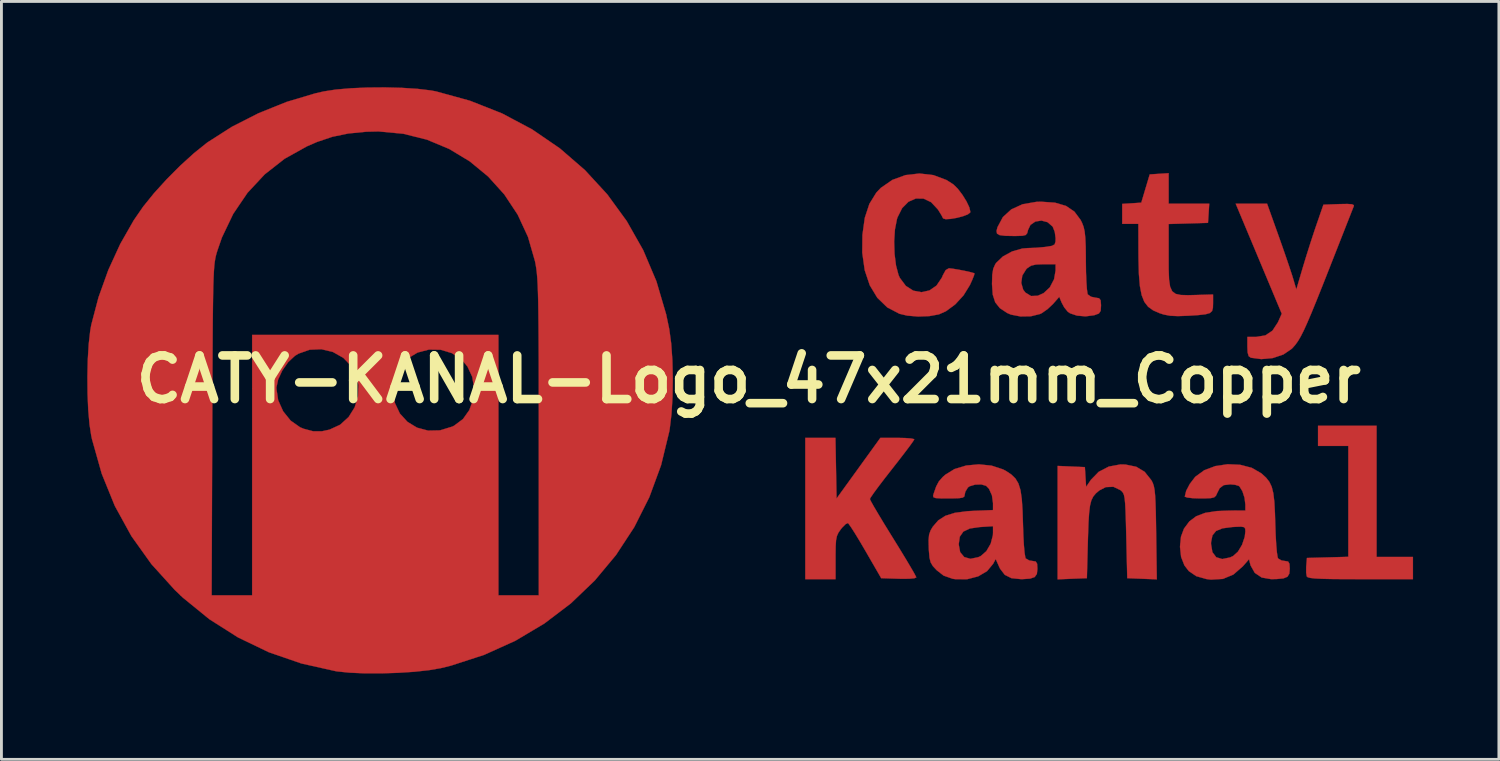
<source format=kicad_pcb>
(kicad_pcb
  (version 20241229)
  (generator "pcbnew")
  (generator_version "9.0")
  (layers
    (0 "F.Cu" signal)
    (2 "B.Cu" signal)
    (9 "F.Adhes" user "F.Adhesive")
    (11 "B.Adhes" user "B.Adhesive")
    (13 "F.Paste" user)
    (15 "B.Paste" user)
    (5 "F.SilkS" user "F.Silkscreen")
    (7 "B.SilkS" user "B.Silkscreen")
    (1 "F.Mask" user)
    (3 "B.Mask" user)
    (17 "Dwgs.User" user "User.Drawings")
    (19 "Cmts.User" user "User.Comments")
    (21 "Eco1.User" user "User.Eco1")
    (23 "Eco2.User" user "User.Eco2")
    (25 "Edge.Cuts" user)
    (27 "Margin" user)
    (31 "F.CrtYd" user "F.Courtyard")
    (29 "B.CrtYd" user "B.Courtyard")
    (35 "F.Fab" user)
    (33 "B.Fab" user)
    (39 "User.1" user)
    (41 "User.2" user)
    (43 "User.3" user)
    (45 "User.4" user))
  (footprint "CATY-KANAL-Logo_47x21mm_Copper"
    (layer "F.Cu")
    (at 23.119 10.207)
    (property "Reference" "CATY-KANAL-Logo_47x21mm_Copper" (at 0 0 0) (layer "F.SilkS") (effects (font (size 1.524 1.524) (thickness 0.3))))
    (attr through_hole)
    (fp_poly (pts (xy 21.943 6.209) (xy 23.213 6.209) (xy 23.213 6.985) (xy 21.376 6.985) (xy 20.803 6.984) (xy 20.357 6.98) (xy 20.022 6.972) (xy 19.784 6.96) (xy 19.628 6.942) (xy 19.539 6.919) (xy 19.502 6.888) (xy 19.502 6.887) (xy 19.482 6.755) (xy 19.483 6.557) (xy 19.486 6.516) (xy 19.509 6.244) (xy 20.232 6.224) (xy 20.955 6.204) (xy 20.955 2.328) (xy 19.897 2.328) (xy 19.897 1.623) (xy 21.943 1.623) (xy 21.943 6.209)) (stroke (width 0.01) (type solid)) (fill yes) (layer "F.Cu"))
    (fp_poly (pts (xy 14.676 -6.138) (xy 16.094 -6.138) (xy 16.073 -5.803) (xy 16.051 -5.468) (xy 15.363 -5.448) (xy 14.676 -5.428) (xy 14.676 -4.312) (xy 14.677 -3.837) (xy 14.69 -3.485) (xy 14.727 -3.237) (xy 14.8 -3.077) (xy 14.92 -2.986) (xy 15.101 -2.947) (xy 15.355 -2.94) (xy 15.601 -2.946) (xy 16.228 -2.964) (xy 16.228 -2.654) (xy 16.223 -2.495) (xy 16.193 -2.386) (xy 16.115 -2.316) (xy 15.965 -2.273) (xy 15.72 -2.245) (xy 15.361 -2.222) (xy 15 -2.209) (xy 14.731 -2.221) (xy 14.509 -2.263) (xy 14.364 -2.309) (xy 14.135 -2.409) (xy 13.958 -2.536) (xy 13.825 -2.708) (xy 13.732 -2.943) (xy 13.671 -3.258) (xy 13.636 -3.672) (xy 13.622 -4.202) (xy 13.62 -4.427) (xy 13.617 -5.433) (xy 13.053 -5.433) (xy 13.053 -6.131) (xy 13.386 -6.152) (xy 13.719 -6.174) (xy 14.014 -7.161) (xy 14.345 -7.183) (xy 14.676 -7.204) (xy 14.676 -6.138)) (stroke (width 0.01) (type solid)) (fill yes) (layer "F.Cu"))
    (fp_poly (pts (xy 13.166 2.979) (xy 13.545 3.057) (xy 13.836 3.232) (xy 14.067 3.521) (xy 14.076 3.535) (xy 14.122 3.624) (xy 14.157 3.728) (xy 14.184 3.867) (xy 14.203 4.06) (xy 14.217 4.327) (xy 14.228 4.688) (xy 14.236 5.162) (xy 14.239 5.383) (xy 14.262 6.991) (xy 13.745 6.971) (xy 13.229 6.95) (xy 13.194 5.479) (xy 13.182 4.988) (xy 13.17 4.618) (xy 13.156 4.351) (xy 13.138 4.166) (xy 13.114 4.044) (xy 13.08 3.965) (xy 13.034 3.91) (xy 12.992 3.874) (xy 12.744 3.756) (xy 12.477 3.768) (xy 12.25 3.886) (xy 12.13 3.989) (xy 12.04 4.097) (xy 11.973 4.233) (xy 11.927 4.416) (xy 11.896 4.67) (xy 11.874 5.014) (xy 11.858 5.472) (xy 11.853 5.644) (xy 11.818 6.95) (xy 11.307 6.97) (xy 10.795 6.991) (xy 10.795 3.027) (xy 11.271 3.048) (xy 11.748 3.069) (xy 11.769 3.414) (xy 11.791 3.76) (xy 11.961 3.51) (xy 12.231 3.233) (xy 12.585 3.05) (xy 12.991 2.975) (xy 13.166 2.979)) (stroke (width 0.01) (type solid)) (fill yes) (layer "F.Cu"))
    (fp_poly (pts (xy 18.513 -5.027) (xy 18.656 -4.622) (xy 18.791 -4.232) (xy 18.907 -3.889) (xy 18.993 -3.628) (xy 19.024 -3.528) (xy 19.138 -3.14) (xy 19.367 -3.916) (xy 19.492 -4.327) (xy 19.637 -4.784) (xy 19.778 -5.213) (xy 19.841 -5.397) (xy 20.085 -6.103) (xy 20.635 -6.124) (xy 20.918 -6.129) (xy 21.082 -6.118) (xy 21.148 -6.087) (xy 21.147 -6.053) (xy 21.113 -5.967) (xy 21.034 -5.766) (xy 20.916 -5.467) (xy 20.767 -5.088) (xy 20.593 -4.645) (xy 20.4 -4.155) (xy 20.321 -3.954) (xy 20.062 -3.297) (xy 19.846 -2.758) (xy 19.668 -2.323) (xy 19.521 -1.978) (xy 19.399 -1.709) (xy 19.294 -1.502) (xy 19.201 -1.343) (xy 19.113 -1.219) (xy 19.024 -1.115) (xy 18.98 -1.069) (xy 18.689 -0.869) (xy 18.319 -0.744) (xy 17.913 -0.706) (xy 17.551 -0.754) (xy 17.473 -0.808) (xy 17.436 -0.938) (xy 17.427 -1.134) (xy 17.427 -1.482) (xy 17.735 -1.482) (xy 18.055 -1.535) (xy 18.304 -1.701) (xy 18.494 -1.991) (xy 18.509 -2.023) (xy 18.629 -2.293) (xy 17.824 -4.216) (xy 17.019 -6.138) (xy 18.116 -6.138) (xy 18.513 -5.027)) (stroke (width 0.01) (type solid)) (fill yes) (layer "F.Cu"))
    (fp_poly (pts (xy 3.05 3.106) (xy 3.069 4.166) (xy 3.835 3.106) (xy 4.601 2.046) (xy 5.193 2.046) (xy 5.462 2.052) (xy 5.667 2.067) (xy 5.776 2.09) (xy 5.785 2.099) (xy 5.743 2.169) (xy 5.627 2.33) (xy 5.451 2.564) (xy 5.229 2.852) (xy 5.009 3.133) (xy 4.758 3.454) (xy 4.541 3.739) (xy 4.372 3.968) (xy 4.265 4.124) (xy 4.233 4.183) (xy 4.269 4.261) (xy 4.369 4.44) (xy 4.523 4.701) (xy 4.719 5.027) (xy 4.948 5.399) (xy 5.045 5.555) (xy 5.283 5.94) (xy 5.493 6.286) (xy 5.665 6.575) (xy 5.788 6.788) (xy 5.85 6.907) (xy 5.856 6.924) (xy 5.79 6.953) (xy 5.613 6.97) (xy 5.352 6.973) (xy 5.242 6.97) (xy 4.629 6.95) (xy 4.079 5.998) (xy 3.886 5.669) (xy 3.715 5.387) (xy 3.577 5.172) (xy 3.488 5.047) (xy 3.465 5.024) (xy 3.386 5.061) (xy 3.266 5.181) (xy 3.217 5.242) (xy 3.135 5.359) (xy 3.082 5.476) (xy 3.051 5.626) (xy 3.038 5.843) (xy 3.034 6.16) (xy 3.034 6.233) (xy 3.034 6.985) (xy 1.976 6.985) (xy 1.976 2.046) (xy 3.03 2.046) (xy 3.05 3.106)) (stroke (width 0.01) (type solid)) (fill yes) (layer "F.Cu"))
    (fp_poly (pts (xy 6.454 -7.137) (xy 6.91 -6.966) (xy 7.151 -6.812) (xy 7.307 -6.659) (xy 7.466 -6.45) (xy 7.608 -6.222) (xy 7.708 -6.012) (xy 7.744 -5.859) (xy 7.739 -5.828) (xy 7.656 -5.764) (xy 7.486 -5.699) (xy 7.272 -5.643) (xy 7.056 -5.606) (xy 6.882 -5.596) (xy 6.793 -5.623) (xy 6.79 -5.629) (xy 6.736 -5.735) (xy 6.635 -5.899) (xy 6.607 -5.941) (xy 6.373 -6.191) (xy 6.11 -6.315) (xy 5.839 -6.319) (xy 5.582 -6.206) (xy 5.361 -5.983) (xy 5.197 -5.655) (xy 5.179 -5.595) (xy 5.109 -5.236) (xy 5.082 -4.817) (xy 5.096 -4.383) (xy 5.147 -3.979) (xy 5.234 -3.649) (xy 5.279 -3.547) (xy 5.49 -3.265) (xy 5.751 -3.098) (xy 6.034 -3.045) (xy 6.313 -3.105) (xy 6.561 -3.275) (xy 6.75 -3.554) (xy 6.784 -3.637) (xy 6.883 -3.817) (xy 6.996 -3.881) (xy 7.121 -3.867) (xy 7.318 -3.835) (xy 7.541 -3.792) (xy 7.74 -3.748) (xy 7.868 -3.713) (xy 7.89 -3.702) (xy 7.874 -3.633) (xy 7.811 -3.474) (xy 7.727 -3.29) (xy 7.506 -2.933) (xy 7.216 -2.618) (xy 6.892 -2.379) (xy 6.646 -2.27) (xy 6.311 -2.209) (xy 5.919 -2.194) (xy 5.538 -2.226) (xy 5.265 -2.291) (xy 4.84 -2.514) (xy 4.494 -2.849) (xy 4.23 -3.285) (xy 4.053 -3.814) (xy 3.967 -4.426) (xy 3.973 -5.047) (xy 4.056 -5.645) (xy 4.217 -6.133) (xy 4.459 -6.525) (xy 4.617 -6.691) (xy 5.018 -6.969) (xy 5.477 -7.137) (xy 5.966 -7.193) (xy 6.454 -7.137)) (stroke (width 0.01) (type solid)) (fill yes) (layer "F.Cu"))
    (fp_poly (pts (xy 17.175 2.988) (xy 17.579 3.093) (xy 17.913 3.285) (xy 17.921 3.292) (xy 18.079 3.436) (xy 18.195 3.583) (xy 18.278 3.757) (xy 18.334 3.982) (xy 18.37 4.282) (xy 18.391 4.682) (xy 18.402 5.045) (xy 18.416 5.434) (xy 18.435 5.777) (xy 18.459 6.047) (xy 18.485 6.218) (xy 18.501 6.262) (xy 18.624 6.332) (xy 18.741 6.35) (xy 18.851 6.368) (xy 18.898 6.447) (xy 18.909 6.624) (xy 18.893 6.793) (xy 18.828 6.9) (xy 18.688 6.958) (xy 18.447 6.981) (xy 18.253 6.984) (xy 17.929 6.928) (xy 17.686 6.765) (xy 17.54 6.506) (xy 17.529 6.467) (xy 17.485 6.289) (xy 17.27 6.534) (xy 16.941 6.822) (xy 16.573 6.976) (xy 16.152 7.001) (xy 15.996 6.981) (xy 15.64 6.88) (xy 15.38 6.702) (xy 15.226 6.503) (xy 15.111 6.208) (xy 15.072 5.854) (xy 15.081 5.756) (xy 16.157 5.756) (xy 16.205 6.041) (xy 16.339 6.219) (xy 16.548 6.282) (xy 16.82 6.226) (xy 16.928 6.176) (xy 17.097 6.025) (xy 17.241 5.785) (xy 17.335 5.507) (xy 17.357 5.317) (xy 17.351 5.219) (xy 17.311 5.167) (xy 17.206 5.15) (xy 17.003 5.157) (xy 16.902 5.163) (xy 16.558 5.208) (xy 16.333 5.3) (xy 16.206 5.455) (xy 16.159 5.688) (xy 16.157 5.756) (xy 15.081 5.756) (xy 15.107 5.499) (xy 15.211 5.22) (xy 15.399 4.967) (xy 15.639 4.786) (xy 15.951 4.668) (xy 16.357 4.605) (xy 16.81 4.588) (xy 17.357 4.586) (xy 17.357 4.379) (xy 17.328 4.14) (xy 17.254 3.912) (xy 17.156 3.752) (xy 17.123 3.724) (xy 16.995 3.686) (xy 16.828 3.671) (xy 16.6 3.699) (xy 16.46 3.803) (xy 16.375 3.97) (xy 16.33 4.068) (xy 16.266 4.126) (xy 16.148 4.153) (xy 15.943 4.162) (xy 15.771 4.163) (xy 15.518 4.155) (xy 15.33 4.133) (xy 15.242 4.103) (xy 15.24 4.097) (xy 15.289 3.896) (xy 15.416 3.655) (xy 15.594 3.422) (xy 15.613 3.402) (xy 15.921 3.177) (xy 16.309 3.032) (xy 16.739 2.968) (xy 17.175 2.988)) (stroke (width 0.01) (type solid)) (fill yes) (layer "F.Cu"))
    (fp_poly (pts (xy 8.486 3.017) (xy 8.888 3.149) (xy 8.987 3.201) (xy 9.178 3.328) (xy 9.322 3.468) (xy 9.426 3.643) (xy 9.498 3.875) (xy 9.543 4.186) (xy 9.57 4.598) (xy 9.584 5.045) (xy 9.597 5.445) (xy 9.616 5.792) (xy 9.64 6.06) (xy 9.667 6.224) (xy 9.681 6.262) (xy 9.805 6.332) (xy 9.922 6.35) (xy 10.031 6.368) (xy 10.079 6.447) (xy 10.089 6.624) (xy 10.07 6.803) (xy 9.994 6.911) (xy 9.834 6.966) (xy 9.566 6.984) (xy 9.512 6.984) (xy 9.182 6.95) (xy 8.948 6.833) (xy 8.785 6.62) (xy 8.757 6.563) (xy 8.631 6.281) (xy 8.541 6.449) (xy 8.328 6.705) (xy 8.018 6.887) (xy 7.641 6.985) (xy 7.227 6.986) (xy 7.128 6.972) (xy 6.811 6.861) (xy 6.565 6.669) (xy 6.435 6.528) (xy 6.358 6.398) (xy 6.317 6.234) (xy 6.296 5.987) (xy 6.292 5.909) (xy 6.289 5.77) (xy 7.338 5.77) (xy 7.389 6.041) (xy 7.531 6.212) (xy 7.747 6.274) (xy 8.018 6.218) (xy 8.108 6.177) (xy 8.305 6.006) (xy 8.456 5.746) (xy 8.533 5.449) (xy 8.537 5.361) (xy 8.537 5.134) (xy 8.069 5.164) (xy 7.726 5.214) (xy 7.5 5.322) (xy 7.376 5.501) (xy 7.338 5.765) (xy 7.338 5.77) (xy 6.289 5.77) (xy 6.285 5.624) (xy 6.303 5.43) (xy 6.356 5.28) (xy 6.433 5.151) (xy 6.626 4.928) (xy 6.874 4.77) (xy 7.202 4.667) (xy 7.634 4.61) (xy 7.849 4.598) (xy 8.537 4.57) (xy 8.537 4.326) (xy 8.499 4.054) (xy 8.397 3.827) (xy 8.297 3.723) (xy 8.129 3.674) (xy 7.912 3.681) (xy 7.72 3.738) (xy 7.66 3.78) (xy 7.569 3.93) (xy 7.549 4.027) (xy 7.536 4.094) (xy 7.479 4.135) (xy 7.348 4.155) (xy 7.117 4.162) (xy 6.98 4.163) (xy 6.7 4.161) (xy 6.534 4.151) (xy 6.457 4.123) (xy 6.443 4.071) (xy 6.46 4.004) (xy 6.551 3.745) (xy 6.645 3.568) (xy 6.778 3.417) (xy 6.865 3.338) (xy 7.192 3.136) (xy 7.599 3.013) (xy 8.043 2.972) (xy 8.486 3.017)) (stroke (width 0.01) (type solid)) (fill yes) (layer "F.Cu"))
    (fp_poly (pts (xy 10.705 -6.173) (xy 11.089 -6.06) (xy 11.382 -5.861) (xy 11.6 -5.568) (xy 11.65 -5.468) (xy 11.703 -5.329) (xy 11.74 -5.164) (xy 11.763 -4.944) (xy 11.777 -4.643) (xy 11.782 -4.233) (xy 11.782 -4.128) (xy 11.787 -3.749) (xy 11.8 -3.416) (xy 11.818 -3.156) (xy 11.84 -2.997) (xy 11.85 -2.966) (xy 11.964 -2.886) (xy 12.114 -2.854) (xy 12.243 -2.834) (xy 12.299 -2.762) (xy 12.312 -2.596) (xy 12.312 -2.574) (xy 12.3 -2.393) (xy 12.238 -2.3) (xy 12.087 -2.244) (xy 12.065 -2.238) (xy 11.77 -2.2) (xy 11.473 -2.226) (xy 11.23 -2.307) (xy 11.149 -2.363) (xy 11.025 -2.516) (xy 10.936 -2.681) (xy 10.853 -2.883) (xy 10.631 -2.63) (xy 10.443 -2.453) (xy 10.241 -2.312) (xy 10.181 -2.283) (xy 9.859 -2.203) (xy 9.498 -2.197) (xy 9.163 -2.262) (xy 9.032 -2.318) (xy 8.776 -2.488) (xy 8.614 -2.691) (xy 8.528 -2.959) (xy 8.502 -3.327) (xy 8.502 -3.351) (xy 8.503 -3.371) (xy 9.524 -3.371) (xy 9.592 -3.132) (xy 9.666 -3.034) (xy 9.867 -2.911) (xy 10.1 -2.92) (xy 10.307 -3.013) (xy 10.523 -3.214) (xy 10.671 -3.498) (xy 10.724 -3.803) (xy 10.724 -4.022) (xy 10.298 -4.022) (xy 10.039 -4.012) (xy 9.871 -3.973) (xy 9.743 -3.891) (xy 9.698 -3.848) (xy 9.561 -3.627) (xy 9.524 -3.371) (xy 8.503 -3.371) (xy 8.511 -3.656) (xy 8.545 -3.864) (xy 8.613 -4.018) (xy 8.647 -4.069) (xy 8.884 -4.295) (xy 9.207 -4.47) (xy 9.562 -4.571) (xy 9.742 -4.586) (xy 10.034 -4.597) (xy 10.34 -4.624) (xy 10.397 -4.631) (xy 10.596 -4.664) (xy 10.691 -4.715) (xy 10.722 -4.817) (xy 10.724 -4.933) (xy 10.696 -5.15) (xy 10.626 -5.329) (xy 10.62 -5.338) (xy 10.445 -5.491) (xy 10.23 -5.548) (xy 10.017 -5.514) (xy 9.845 -5.396) (xy 9.762 -5.222) (xy 9.732 -5.106) (xy 9.678 -5.043) (xy 9.564 -5.016) (xy 9.355 -5.01) (xy 9.275 -5.009) (xy 8.963 -5.015) (xy 8.771 -5.039) (xy 8.677 -5.092) (xy 8.66 -5.186) (xy 8.693 -5.315) (xy 8.882 -5.67) (xy 9.178 -5.94) (xy 9.571 -6.119) (xy 10.052 -6.202) (xy 10.215 -6.207) (xy 10.705 -6.173)) (stroke (width 0.01) (type solid)) (fill yes) (layer "F.Cu"))
    (fp_poly (pts (xy -12.127 -10.187) (xy -11.579 -10.152) (xy -11.117 -10.097) (xy -10.936 -10.064) (xy -9.744 -9.736) (xy -8.62 -9.292) (xy -7.572 -8.735) (xy -6.606 -8.074) (xy -5.728 -7.315) (xy -4.945 -6.464) (xy -4.263 -5.528) (xy -3.688 -4.513) (xy -3.227 -3.425) (xy -2.887 -2.272) (xy -2.778 -1.753) (xy -2.711 -1.257) (xy -2.669 -0.666) (xy -2.654 -0.026) (xy -2.664 0.618) (xy -2.701 1.221) (xy -2.763 1.739) (xy -2.778 1.824) (xy -3.064 3.002) (xy -3.474 4.118) (xy -4.001 5.166) (xy -4.638 6.139) (xy -5.379 7.029) (xy -6.216 7.83) (xy -7.144 8.535) (xy -8.156 9.137) (xy -9.244 9.629) (xy -10.404 10.006) (xy -10.76 10.094) (xy -11.17 10.165) (xy -11.681 10.221) (xy -12.255 10.258) (xy -12.851 10.277) (xy -13.431 10.276) (xy -13.955 10.253) (xy -14.385 10.209) (xy -14.429 10.202) (xy -15.634 9.932) (xy -16.776 9.538) (xy -17.85 9.021) (xy -18.852 8.385) (xy -19.779 7.63) (xy -19.863 7.549) (xy -18.772 7.549) (xy -17.357 7.549) (xy -17.357 0.314) (xy -16.51 0.314) (xy -16.447 0.731) (xy -16.273 1.118) (xy -16.011 1.444) (xy -15.681 1.676) (xy -15.557 1.728) (xy -15.224 1.816) (xy -14.917 1.816) (xy -14.653 1.759) (xy -14.282 1.588) (xy -13.985 1.319) (xy -13.773 0.979) (xy -13.654 0.596) (xy -13.647 0.397) (xy -12.431 0.397) (xy -12.367 0.829) (xy -12.193 1.197) (xy -11.928 1.487) (xy -11.593 1.69) (xy -11.207 1.793) (xy -10.791 1.784) (xy -10.364 1.653) (xy -10.301 1.623) (xy -9.988 1.389) (xy -9.764 1.073) (xy -9.633 0.703) (xy -9.599 0.306) (xy -9.664 -0.087) (xy -9.832 -0.449) (xy -10.031 -0.685) (xy -10.375 -0.915) (xy -10.769 -1.033) (xy -11.18 -1.039) (xy -11.578 -0.934) (xy -11.93 -0.722) (xy -12.092 -0.561) (xy -12.291 -0.281) (xy -12.397 -0.002) (xy -12.431 0.339) (xy -12.431 0.397) (xy -13.647 0.397) (xy -13.639 0.195) (xy -13.737 -0.195) (xy -13.872 -0.441) (xy -14.168 -0.749) (xy -14.533 -0.955) (xy -14.936 -1.052) (xy -15.348 -1.034) (xy -15.739 -0.896) (xy -15.865 -0.818) (xy -16.098 -0.6) (xy -16.301 -0.31) (xy -16.448 0.005) (xy -16.509 0.293) (xy -16.51 0.314) (xy -17.357 0.314) (xy -17.357 -1.552) (xy -8.749 -1.552) (xy -8.749 7.549) (xy -7.338 7.549) (xy -7.339 2.028) (xy -7.339 1.007) (xy -7.34 0.117) (xy -7.341 -0.652) (xy -7.344 -1.312) (xy -7.348 -1.872) (xy -7.353 -2.342) (xy -7.359 -2.733) (xy -7.368 -3.056) (xy -7.378 -3.319) (xy -7.391 -3.535) (xy -7.406 -3.712) (xy -7.424 -3.863) (xy -7.445 -3.995) (xy -7.469 -4.121) (xy -7.472 -4.132) (xy -7.715 -4.976) (xy -8.076 -5.755) (xy -8.543 -6.461) (xy -9.106 -7.085) (xy -9.752 -7.618) (xy -10.469 -8.051) (xy -11.247 -8.376) (xy -12.073 -8.582) (xy -12.937 -8.663) (xy -13.37 -8.653) (xy -13.998 -8.591) (xy -14.551 -8.477) (xy -15.089 -8.296) (xy -15.44 -8.144) (xy -16.223 -7.708) (xy -16.918 -7.163) (xy -17.519 -6.518) (xy -18.019 -5.781) (xy -18.412 -4.959) (xy -18.57 -4.503) (xy -18.599 -4.409) (xy -18.624 -4.317) (xy -18.645 -4.217) (xy -18.664 -4.101) (xy -18.68 -3.957) (xy -18.693 -3.776) (xy -18.704 -3.549) (xy -18.714 -3.266) (xy -18.721 -2.916) (xy -18.727 -2.49) (xy -18.733 -1.978) (xy -18.737 -1.37) (xy -18.741 -0.656) (xy -18.745 0.172) (xy -18.748 1.126) (xy -18.751 1.782) (xy -18.772 7.549) (xy -19.863 7.549) (xy -20.06 7.362) (xy -20.878 6.458) (xy -21.577 5.479) (xy -22.156 4.425) (xy -22.614 3.298) (xy -22.952 2.099) (xy -22.979 1.976) (xy -23.041 1.575) (xy -23.085 1.071) (xy -23.109 0.502) (xy -23.114 -0.096) (xy -23.101 -0.686) (xy -23.068 -1.232) (xy -23.016 -1.695) (xy -22.979 -1.905) (xy -22.726 -2.866) (xy -22.384 -3.819) (xy -21.967 -4.729) (xy -21.493 -5.56) (xy -21.163 -6.038) (xy -20.788 -6.502) (xy -20.343 -6.992) (xy -19.864 -7.472) (xy -19.386 -7.906) (xy -18.945 -8.26) (xy -18.909 -8.286) (xy -18.066 -8.825) (xy -17.131 -9.301) (xy -16.146 -9.697) (xy -15.154 -9.993) (xy -14.852 -10.062) (xy -14.431 -10.127) (xy -13.912 -10.172) (xy -13.33 -10.197) (xy -12.723 -10.202) (xy -12.127 -10.187)) (stroke (width 0.01) (type solid)) (fill yes) (layer "F.Cu")))
  (gr_rect
    (start -3 -3)
    (end 49.337 23.489)
    (stroke (width 0.1) (type default))
    (fill no)
    (layer "Edge.Cuts")))
</source>
